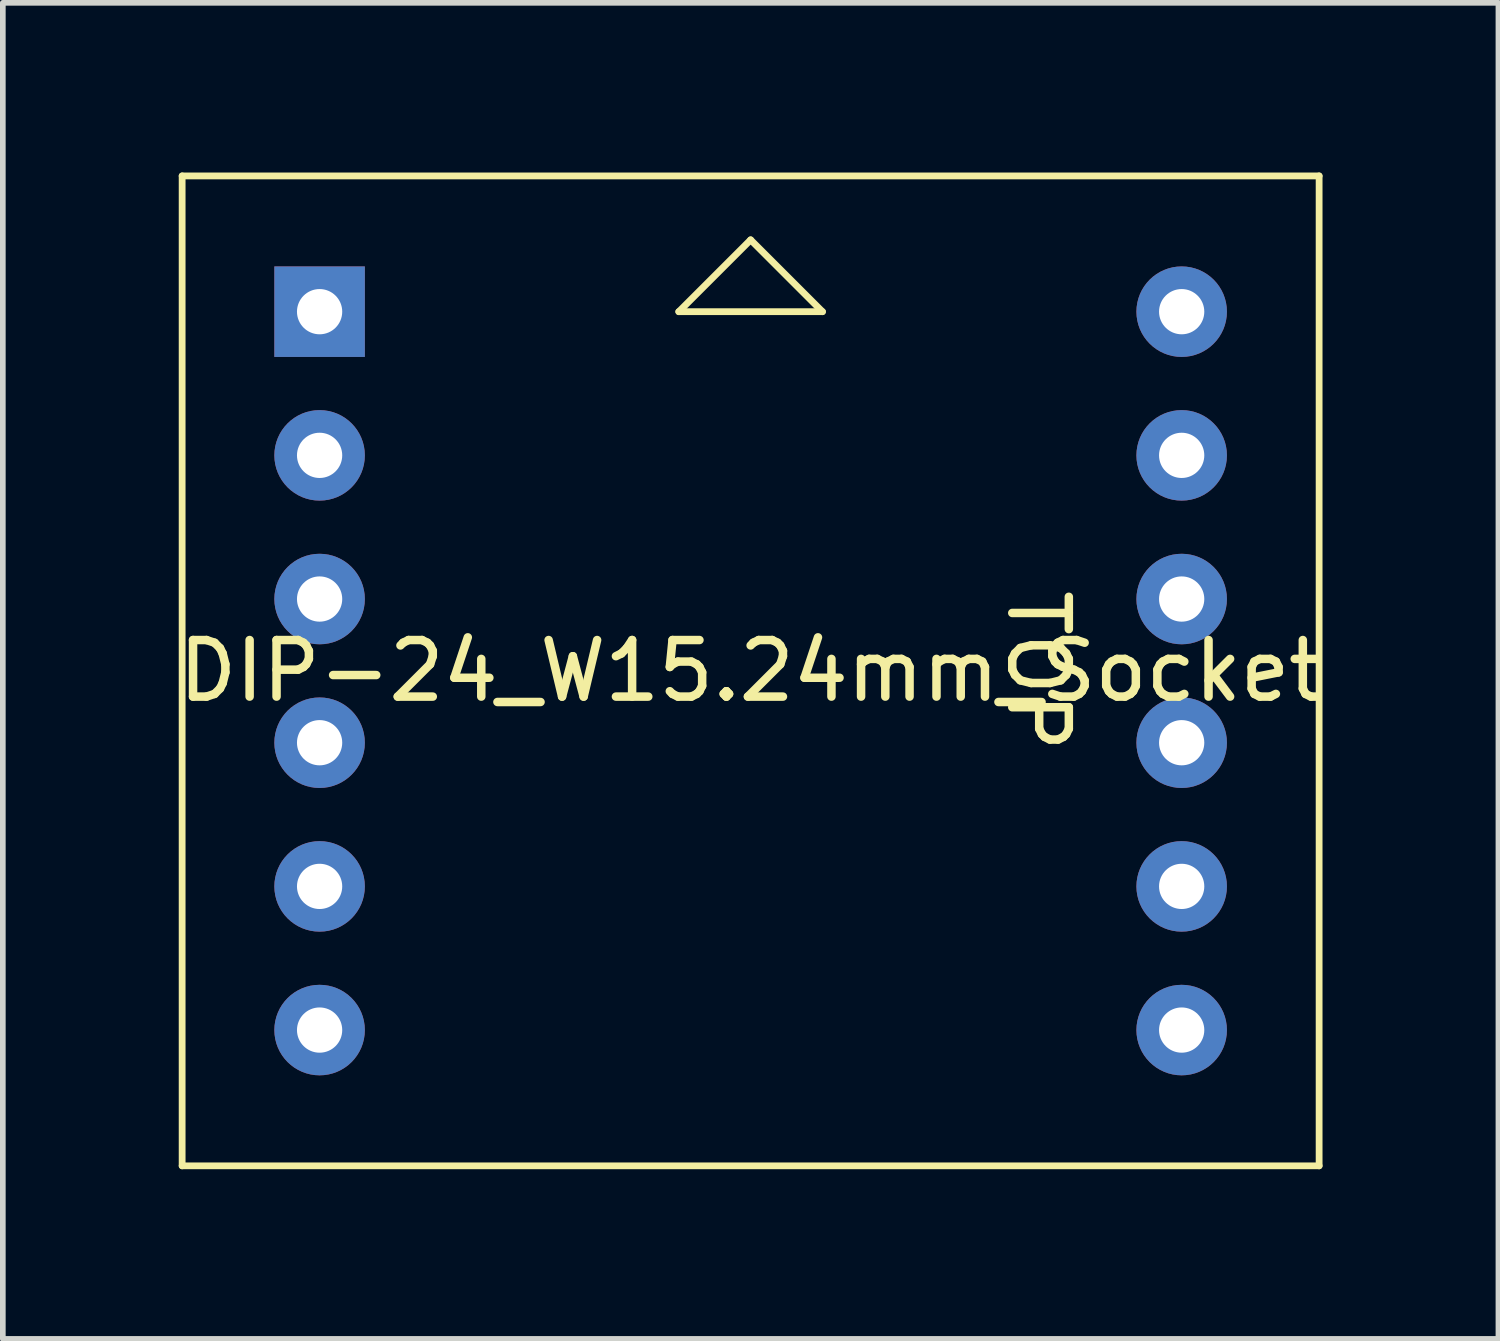
<source format=kicad_pcb>
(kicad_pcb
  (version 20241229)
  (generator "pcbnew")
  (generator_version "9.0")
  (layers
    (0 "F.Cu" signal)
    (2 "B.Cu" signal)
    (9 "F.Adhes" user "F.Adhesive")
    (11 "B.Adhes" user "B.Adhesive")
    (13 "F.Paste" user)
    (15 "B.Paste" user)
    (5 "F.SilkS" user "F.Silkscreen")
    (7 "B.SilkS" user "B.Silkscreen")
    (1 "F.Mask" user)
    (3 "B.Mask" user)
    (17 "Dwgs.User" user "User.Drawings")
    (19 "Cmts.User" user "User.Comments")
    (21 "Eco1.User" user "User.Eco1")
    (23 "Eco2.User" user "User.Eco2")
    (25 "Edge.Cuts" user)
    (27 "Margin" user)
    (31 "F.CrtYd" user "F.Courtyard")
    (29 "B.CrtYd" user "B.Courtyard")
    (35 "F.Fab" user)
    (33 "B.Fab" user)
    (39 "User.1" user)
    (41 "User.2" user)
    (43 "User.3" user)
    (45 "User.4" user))
  (footprint "DIP-24_W15.24mm_Socket"
    (layer "F.Cu")
    (at 10.22 8.81)
    (property "Reference" "DIP-24_W15.24mm_Socket" (at 0 0 0) (layer "F.SilkS") (effects (font (size 1 1) (thickness 0.15))))
    (attr through_hole)
    (fp_line (start -10.05 -8.75) (end 10.05 -8.75) (stroke (width 0.12) (type solid)) (layer "F.SilkS"))
    (fp_line (start -10.05 8.75) (end -10.05 -8.75) (stroke (width 0.12) (type solid)) (layer "F.SilkS"))
    (fp_line (start -10.05 8.75) (end 10.05 8.75) (stroke (width 0.12) (type solid)) (layer "F.SilkS"))
    (fp_line (start -1.27 -6.35) (end 0 -7.62) (stroke (width 0.12) (type solid)) (layer "F.SilkS"))
    (fp_line (start 0 -7.62) (end 1.27 -6.35) (stroke (width 0.12) (type solid)) (layer "F.SilkS"))
    (fp_line (start 1.27 -6.35) (end -1.27 -6.35) (stroke (width 0.12) (type solid)) (layer "F.SilkS"))
    (fp_line (start 10.05 -8.75) (end 10.05 8.75) (stroke (width 0.12) (type solid)) (layer "F.SilkS"))
    (fp_text user "TOP" (at 5.08 0 270) (unlocked yes) (layer "F.SilkS") (effects (font (size 1 1) (thickness 0.15))))
    (pad "1" thru_hole rect (at -7.62 -6.35) (size 1.6 1.6) (drill 0.8) (layers "*.Cu" "*.Mask"))
    (pad "2" thru_hole oval (at -7.62 -3.81) (size 1.6 1.6) (drill 0.8) (layers "*.Cu" "*.Mask"))
    (pad "3" thru_hole oval (at -7.62 -1.27) (size 1.6 1.6) (drill 0.8) (layers "*.Cu" "*.Mask"))
    (pad "4" thru_hole oval (at -7.62 1.27) (size 1.6 1.6) (drill 0.8) (layers "*.Cu" "*.Mask"))
    (pad "5" thru_hole oval (at -7.62 3.81) (size 1.6 1.6) (drill 0.8) (layers "*.Cu" "*.Mask"))
    (pad "6" thru_hole oval (at -7.62 6.35) (size 1.6 1.6) (drill 0.8) (layers "*.Cu" "*.Mask"))
    (pad "7" thru_hole oval (at 7.62 6.35) (size 1.6 1.6) (drill 0.8) (layers "*.Cu" "*.Mask"))
    (pad "8" thru_hole oval (at 7.62 3.81) (size 1.6 1.6) (drill 0.8) (layers "*.Cu" "*.Mask"))
    (pad "9" thru_hole oval (at 7.62 1.27) (size 1.6 1.6) (drill 0.8) (layers "*.Cu" "*.Mask"))
    (pad "10" thru_hole oval (at 7.62 -1.27) (size 1.6 1.6) (drill 0.8) (layers "*.Cu" "*.Mask"))
    (pad "11" thru_hole oval (at 7.62 -3.81) (size 1.6 1.6) (drill 0.8) (layers "*.Cu" "*.Mask"))
    (pad "12" thru_hole oval (at 7.62 -6.35) (size 1.6 1.6) (drill 0.8) (layers "*.Cu" "*.Mask")))
  (gr_rect
    (start -3 -3)
    (end 23.44 20.62)
    (stroke (width 0.1) (type default))
    (fill no)
    (layer "Edge.Cuts")))
</source>
